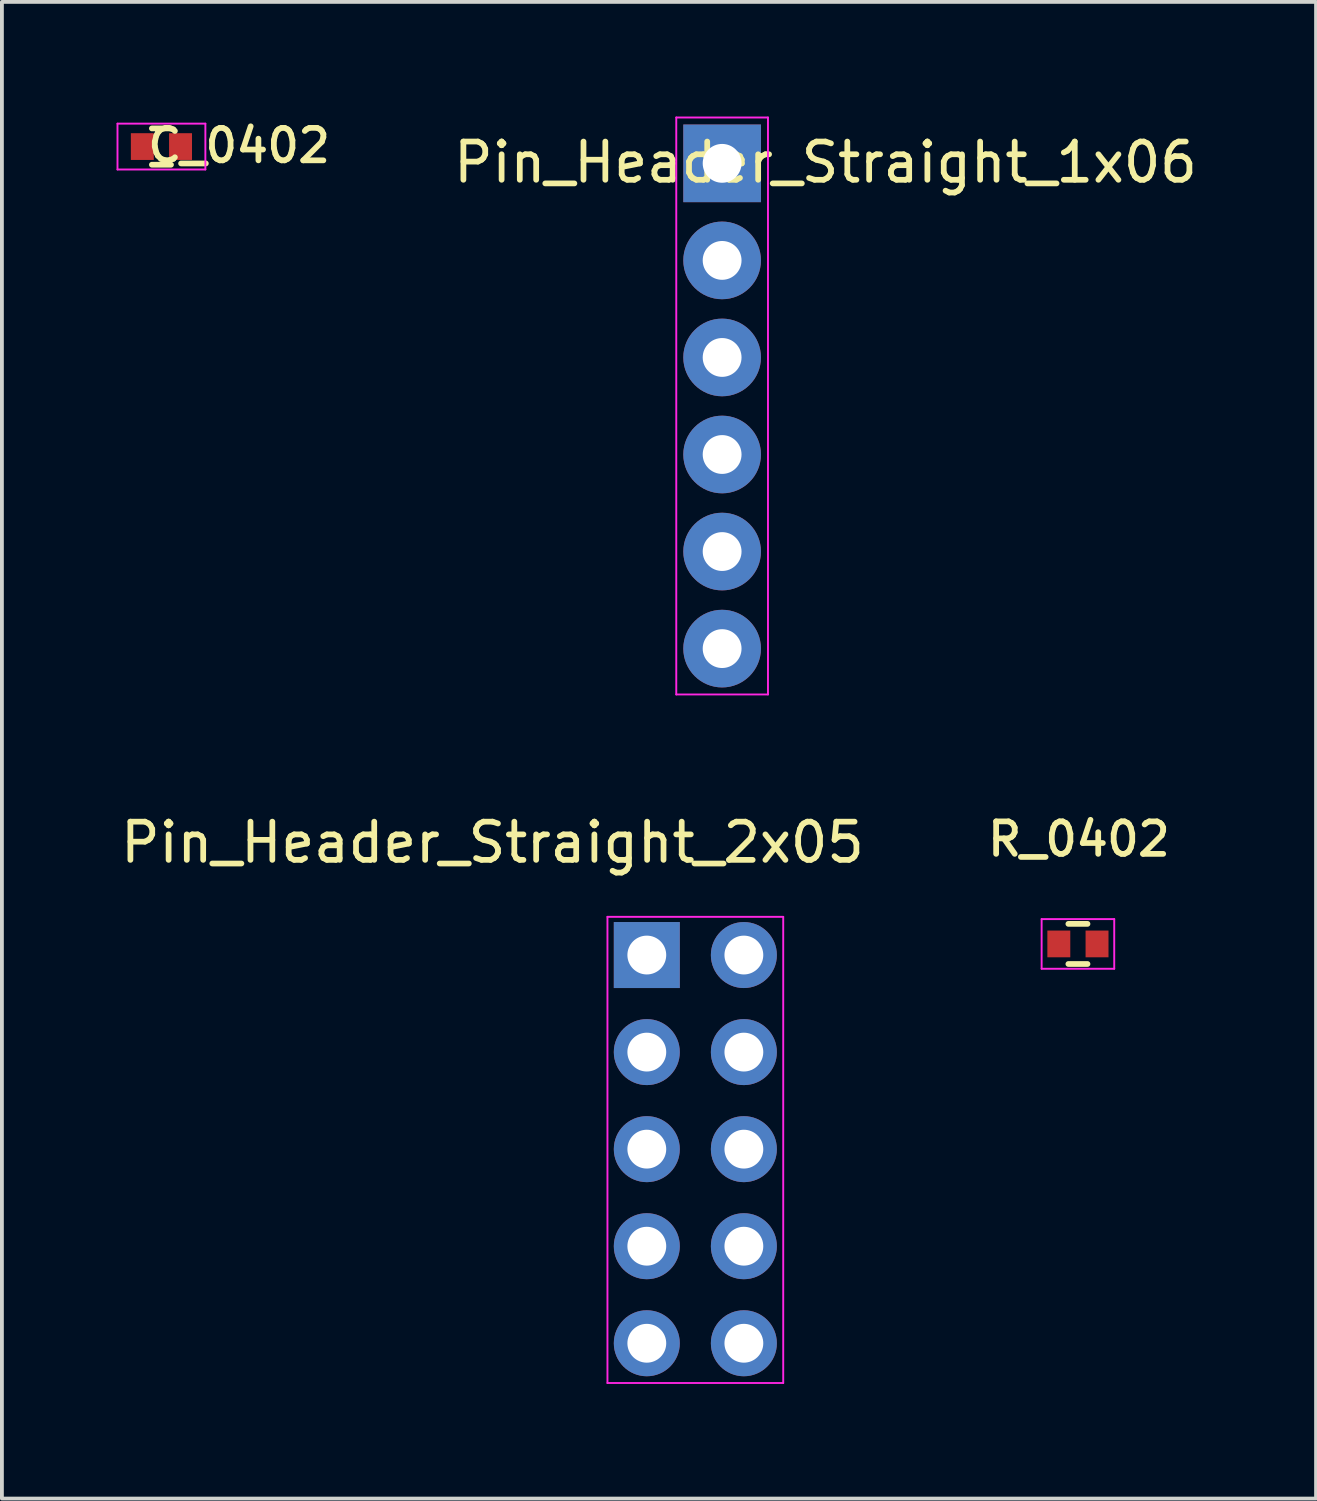
<source format=kicad_pcb>
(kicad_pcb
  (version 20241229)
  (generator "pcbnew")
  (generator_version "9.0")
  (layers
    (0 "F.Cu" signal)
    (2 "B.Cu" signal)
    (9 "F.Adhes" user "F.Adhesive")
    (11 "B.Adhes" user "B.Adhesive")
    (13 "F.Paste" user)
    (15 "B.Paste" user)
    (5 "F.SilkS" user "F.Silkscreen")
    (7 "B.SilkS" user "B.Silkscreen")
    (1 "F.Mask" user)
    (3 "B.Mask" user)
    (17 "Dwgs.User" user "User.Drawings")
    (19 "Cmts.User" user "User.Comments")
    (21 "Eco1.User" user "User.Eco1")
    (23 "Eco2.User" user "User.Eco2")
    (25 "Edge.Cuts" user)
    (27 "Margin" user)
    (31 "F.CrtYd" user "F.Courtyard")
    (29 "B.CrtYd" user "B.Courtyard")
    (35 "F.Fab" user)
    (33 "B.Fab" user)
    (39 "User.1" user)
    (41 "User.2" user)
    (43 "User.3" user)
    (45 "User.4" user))
  (footprint "C_0402"
    (layer "F.Cu")
    (at 1.175 0.786)
    (property "Reference" "C_0402" (at 2.032 -0.025 0) (layer "F.SilkS") (effects (font (size 0.85 0.85) (thickness 0.15))))
    (attr smd)
    (fp_line (start -0.25 0.475) (end 0.25 0.475) (stroke (width 0.15) (type solid)) (layer "F.SilkS"))
    (fp_line (start 0.25 -0.475) (end -0.25 -0.475) (stroke (width 0.15) (type solid)) (layer "F.SilkS"))
    (fp_line (start -1.15 -0.6) (end -1.15 0.6) (stroke (width 0.05) (type solid)) (layer "F.CrtYd"))
    (fp_line (start -1.15 -0.6) (end 1.15 -0.6) (stroke (width 0.05) (type solid)) (layer "F.CrtYd"))
    (fp_line (start -1.15 0.6) (end 1.15 0.6) (stroke (width 0.05) (type solid)) (layer "F.CrtYd"))
    (fp_line (start 1.15 -0.6) (end 1.15 0.6) (stroke (width 0.05) (type solid)) (layer "F.CrtYd"))
    (pad "1" smd rect (at -0.5 0) (size 0.6 0.7) (layers "F.Cu" "F.Mask" "F.Paste"))
    (pad "2" smd rect (at 0.5 0) (size 0.6 0.7) (layers "F.Cu" "F.Mask" "F.Paste")))
  (footprint "R_0402"
    (layer "F.Cu")
    (at 25.161 21.654)
    (property "Reference" "R_0402" (at 0.025 -2.743 0) (layer "F.SilkS") (effects (font (size 0.85 0.85) (thickness 0.15))))
    (attr smd)
    (fp_line (start -0.25 0.525) (end 0.25 0.525) (stroke (width 0.15) (type solid)) (layer "F.SilkS"))
    (fp_line (start 0.25 -0.525) (end -0.25 -0.525) (stroke (width 0.15) (type solid)) (layer "F.SilkS"))
    (fp_line (start -0.95 -0.65) (end -0.95 0.65) (stroke (width 0.05) (type solid)) (layer "F.CrtYd"))
    (fp_line (start -0.95 -0.65) (end 0.95 -0.65) (stroke (width 0.05) (type solid)) (layer "F.CrtYd"))
    (fp_line (start -0.95 0.65) (end 0.95 0.65) (stroke (width 0.05) (type solid)) (layer "F.CrtYd"))
    (fp_line (start 0.95 -0.65) (end 0.95 0.65) (stroke (width 0.05) (type solid)) (layer "F.CrtYd"))
    (pad "1" smd rect (at -0.5 0) (size 0.6 0.7) (layers "F.Cu" "F.Mask" "F.Paste"))
    (pad "2" smd rect (at 0.5 0) (size 0.6 0.7) (layers "F.Cu" "F.Mask" "F.Paste")))
  (footprint "Pin_Header_Straight_2x05"
    (layer "F.Cu")
    (at 15.148 21.945)
    (property "Reference" "Pin_Header_Straight_2x05" (at -5.309 -2.946 0) (layer "F.SilkS") (effects (font (size 1 1) (thickness 0.15))))
    (attr through_hole)
    (fp_line (start -2.3 -1) (end -2.3 11.2) (stroke (width 0.05) (type solid)) (layer "F.CrtYd"))
    (fp_line (start -2.3 -1) (end 2.3 -1) (stroke (width 0.05) (type solid)) (layer "F.CrtYd"))
    (fp_line (start -2.3 11.2) (end 2.3 11.2) (stroke (width 0.05) (type solid)) (layer "F.CrtYd"))
    (fp_line (start 2.3 -1) (end 2.3 11.2) (stroke (width 0.05) (type solid)) (layer "F.CrtYd"))
    (pad "1" thru_hole rect (at -1.27 0) (size 1.727 1.727) (drill 1.016) (layers "*.Cu" "*.Mask"))
    (pad "2" thru_hole oval (at 1.27 0) (size 1.727 1.727) (drill 1.016) (layers "*.Cu" "*.Mask"))
    (pad "3" thru_hole oval (at -1.27 2.54) (size 1.727 1.727) (drill 1.016) (layers "*.Cu" "*.Mask"))
    (pad "4" thru_hole oval (at 1.27 2.54) (size 1.727 1.727) (drill 1.016) (layers "*.Cu" "*.Mask"))
    (pad "5" thru_hole oval (at -1.27 5.08) (size 1.727 1.727) (drill 1.016) (layers "*.Cu" "*.Mask"))
    (pad "6" thru_hole oval (at 1.27 5.08) (size 1.727 1.727) (drill 1.016) (layers "*.Cu" "*.Mask"))
    (pad "7" thru_hole oval (at -1.27 7.62) (size 1.727 1.727) (drill 1.016) (layers "*.Cu" "*.Mask"))
    (pad "8" thru_hole oval (at 1.27 7.62) (size 1.727 1.727) (drill 1.016) (layers "*.Cu" "*.Mask"))
    (pad "9" thru_hole oval (at -1.27 10.16) (size 1.727 1.727) (drill 1.016) (layers "*.Cu" "*.Mask"))
    (pad "10" thru_hole oval (at 1.27 10.16) (size 1.727 1.727) (drill 1.016) (layers "*.Cu" "*.Mask")))
  (footprint "Pin_Header_Straight_1x06"
    (layer "F.Cu")
    (at 15.849 1.225)
    (property "Reference" "Pin_Header_Straight_1x06" (at 2.705 -0.025 0) (layer "F.SilkS") (effects (font (size 1 1) (thickness 0.15))))
    (attr through_hole)
    (fp_line (start -1.2 -1.2) (end -1.2 13.9) (stroke (width 0.05) (type solid)) (layer "F.CrtYd"))
    (fp_line (start -1.2 -1.2) (end 1.2 -1.2) (stroke (width 0.05) (type solid)) (layer "F.CrtYd"))
    (fp_line (start -1.2 13.9) (end 1.2 13.9) (stroke (width 0.05) (type solid)) (layer "F.CrtYd"))
    (fp_line (start 1.2 -1.2) (end 1.2 13.9) (stroke (width 0.05) (type solid)) (layer "F.CrtYd"))
    (pad "1" thru_hole rect (at 0 0) (size 2.032 2.032) (drill 1.016) (layers "*.Cu" "*.Mask"))
    (pad "2" thru_hole circle (at 0 2.54) (size 2.032 2.032) (drill 1.016) (layers "*.Cu" "*.Mask"))
    (pad "3" thru_hole circle (at 0 5.08) (size 2.032 2.032) (drill 1.016) (layers "*.Cu" "*.Mask"))
    (pad "4" thru_hole circle (at 0 7.62) (size 2.032 2.032) (drill 1.016) (layers "*.Cu" "*.Mask"))
    (pad "5" thru_hole circle (at 0 10.16) (size 2.032 2.032) (drill 1.016) (layers "*.Cu" "*.Mask"))
    (pad "6" thru_hole circle (at 0 12.7) (size 2.032 2.032) (drill 1.016) (layers "*.Cu" "*.Mask")))
  (gr_rect
    (start -3 -3)
    (end 31.393 36.17)
    (stroke (width 0.1) (type default))
    (fill no)
    (layer "Edge.Cuts")))
</source>
